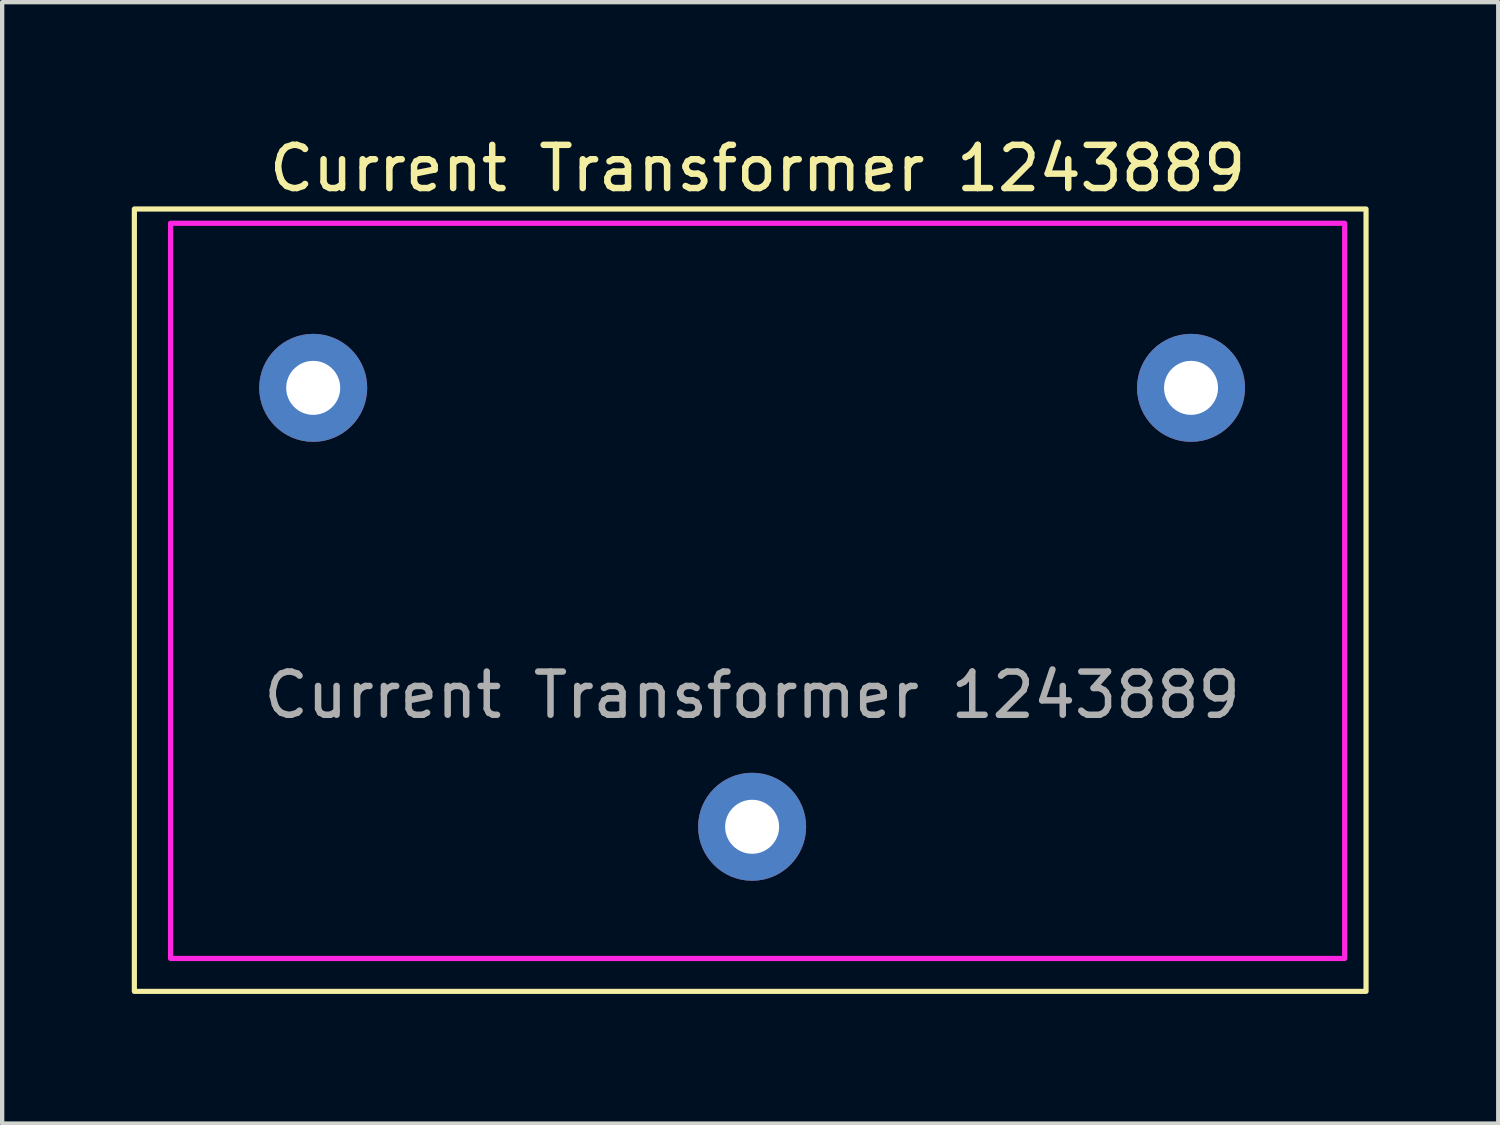
<source format=kicad_pcb>
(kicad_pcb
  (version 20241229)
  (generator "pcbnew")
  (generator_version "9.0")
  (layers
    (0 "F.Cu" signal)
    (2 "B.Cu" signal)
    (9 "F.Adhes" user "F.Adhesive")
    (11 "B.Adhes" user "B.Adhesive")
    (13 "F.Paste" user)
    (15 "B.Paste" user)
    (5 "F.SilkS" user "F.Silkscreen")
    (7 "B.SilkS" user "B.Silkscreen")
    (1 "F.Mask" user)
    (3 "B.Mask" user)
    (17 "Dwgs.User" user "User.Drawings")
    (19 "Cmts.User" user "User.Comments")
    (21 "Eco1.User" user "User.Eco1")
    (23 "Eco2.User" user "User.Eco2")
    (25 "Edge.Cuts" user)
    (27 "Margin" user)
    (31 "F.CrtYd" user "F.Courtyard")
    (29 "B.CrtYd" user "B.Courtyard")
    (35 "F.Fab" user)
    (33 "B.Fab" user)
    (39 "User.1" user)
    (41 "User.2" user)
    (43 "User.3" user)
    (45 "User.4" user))
  (footprint "Current Transformer 1243889"
    (layer "F.Cu")
    (at 4.2 5.928)
    (property "Reference" "Current Transformer 1243889" (at 10.287 -5.08 0) (unlocked yes) (layer "F.SilkS") (effects (font (size 1 1) (thickness 0.15))))
    (attr through_hole)
    (fp_rect (start -4.14 -4.14) (end 24.371 13.97) (stroke (width 0.12) (type default)) (fill no) (layer "F.SilkS"))
    (fp_rect (start -3.302 -3.81) (end 23.876 13.208) (stroke (width 0.12) (type default)) (fill no) (layer "F.CrtYd"))
    (fp_text user "${REFERENCE}" (at 10.16 7.112 0) (unlocked yes) (layer "F.Fab") (effects (font (size 1 1) (thickness 0.15))))
    (pad "1" thru_hole circle (at 0 0) (size 2.5 2.5) (drill 1.25) (layers "*.Cu" "*.Mask"))
    (pad "2" thru_hole circle (at 20.32 0) (size 2.5 2.5) (drill 1.25) (layers "*.Cu" "*.Mask"))
    (pad "3" thru_hole circle (at 10.16 10.16) (size 2.5 2.5) (drill 1.25) (layers "*.Cu" "*.Mask")))
  (gr_rect
    (start -3 -3)
    (end 31.631 22.958)
    (stroke (width 0.1) (type default))
    (fill no)
    (layer "Edge.Cuts")))
</source>
